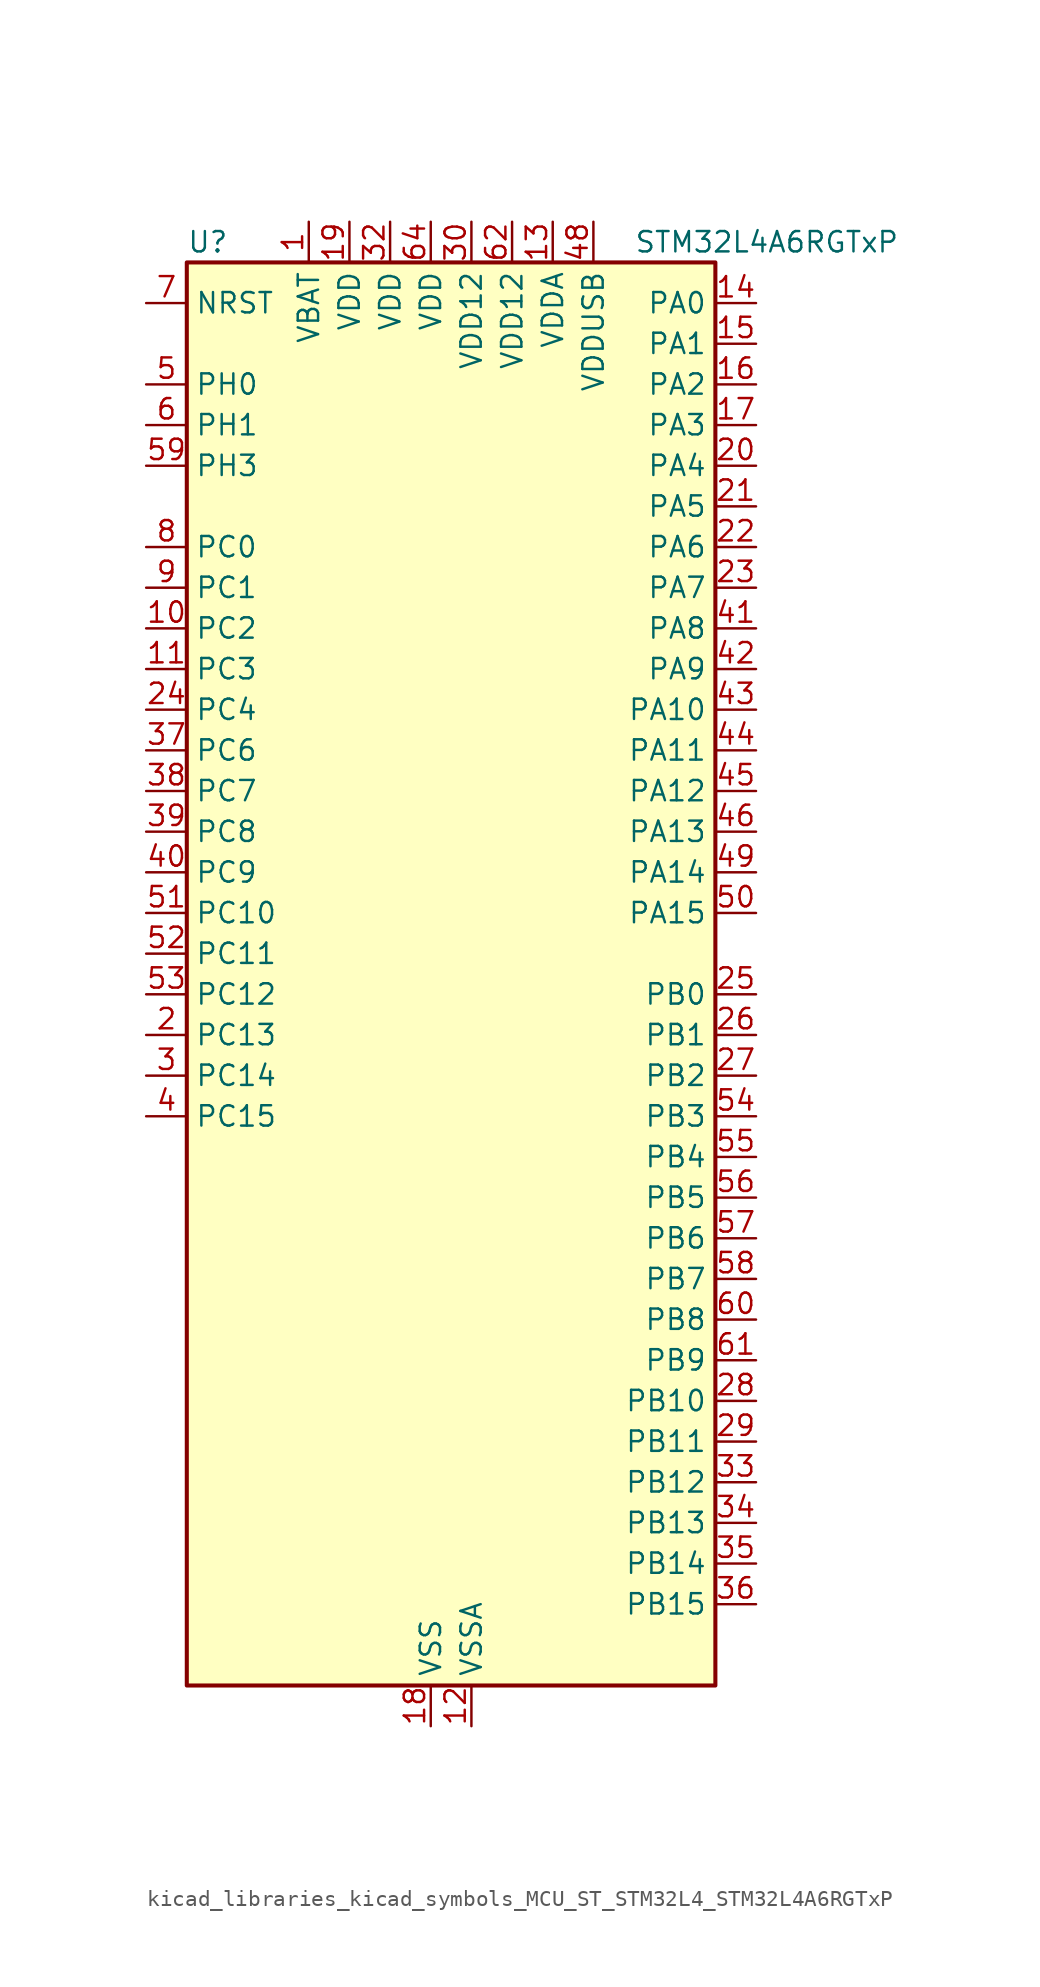
<source format=kicad_sym>
(kicad_symbol_lib
  (version 20220914)
  (generator kicad_symbol_editor)
  (symbol "kicad_libraries_kicad_symbols_MCU_ST_STM32L4_STM32L4A6RGTxP"
    (property "Reference" "U"
      (at -15.24 46.99 0)
      (effects (font (size 1.27 1.27)) (justify left)))
    (property "Value" "STM32L4A6RGTxP"
      (at 12.7 46.99 0)
      (effects (font (size 1.27 1.27)) (justify left)))
    (property "ki_locked" ""
      (at 0 0 0)
      (effects (font (size 1.27 1.27))))
    (symbol "kicad_libraries_kicad_symbols_MCU_ST_STM32L4_STM32L4A6RGTxP_0_1"
      (rectangle (start -15.24 -43.18) (end 17.78 45.72) (stroke (width 0.254) (type default)) (fill (type background))))
    (symbol "kicad_libraries_kicad_symbols_MCU_ST_STM32L4_STM32L4A6RGTxP_1_1"
      (pin power_in line (at -7.62 48.26 270) (length 2.54) (name "VBAT" (effects (font (size 1.27 1.27)))) (number "1" (effects (font (size 1.27 1.27)))))
      (pin bidirectional line (at -17.78 22.86 0) (length 2.54) (name "PC2" (effects (font (size 1.27 1.27)))) (number "10" (effects (font (size 1.27 1.27)))) (alternate "ADC1_IN3" bidirectional line) (alternate "ADC2_IN3" bidirectional line) (alternate "ADC3_IN3" bidirectional line) (alternate "DFSDM1_CKOUT" bidirectional line) (alternate "LCD_SEG20" bidirectional line) (alternate "LPTIM1_IN2" bidirectional line) (alternate "QUADSPI_BK2_IO1" bidirectional line) (alternate "SPI2_MISO" bidirectional line))
      (pin bidirectional line (at -17.78 20.32 0) (length 2.54) (name "PC3" (effects (font (size 1.27 1.27)))) (number "11" (effects (font (size 1.27 1.27)))) (alternate "ADC1_IN4" bidirectional line) (alternate "ADC2_IN4" bidirectional line) (alternate "ADC3_IN4" bidirectional line) (alternate "LCD_VLCD" bidirectional line) (alternate "LPTIM1_ETR" bidirectional line) (alternate "LPTIM2_ETR" bidirectional line) (alternate "QUADSPI_BK2_IO2" bidirectional line) (alternate "SAI1_SD_A" bidirectional line) (alternate "SPI2_MOSI" bidirectional line))
      (pin power_in line (at 2.54 -45.72 90) (length 2.54) (name "VSSA" (effects (font (size 1.27 1.27)))) (number "12" (effects (font (size 1.27 1.27)))))
      (pin power_in line (at 7.62 48.26 270) (length 2.54) (name "VDDA" (effects (font (size 1.27 1.27)))) (number "13" (effects (font (size 1.27 1.27)))))
      (pin bidirectional line (at 20.32 43.18 180) (length 2.54) (name "PA0" (effects (font (size 1.27 1.27)))) (number "14" (effects (font (size 1.27 1.27)))) (alternate "ADC1_IN5" bidirectional line) (alternate "ADC2_IN5" bidirectional line) (alternate "OPAMP1_VINP" bidirectional line) (alternate "RTC_TAMP2" bidirectional line) (alternate "SAI1_EXTCLK" bidirectional line) (alternate "SYS_WKUP1" bidirectional line) (alternate "TIM2_CH1" bidirectional line) (alternate "TIM2_ETR" bidirectional line) (alternate "TIM5_CH1" bidirectional line) (alternate "TIM8_ETR" bidirectional line) (alternate "UART4_TX" bidirectional line) (alternate "USART2_CTS" bidirectional line))
      (pin bidirectional line (at 20.32 40.64 180) (length 2.54) (name "PA1" (effects (font (size 1.27 1.27)))) (number "15" (effects (font (size 1.27 1.27)))) (alternate "ADC1_IN6" bidirectional line) (alternate "ADC2_IN6" bidirectional line) (alternate "I2C1_SMBA" bidirectional line) (alternate "LCD_SEG0" bidirectional line) (alternate "OPAMP1_VINM" bidirectional line) (alternate "SPI1_SCK" bidirectional line) (alternate "TIM15_CH1N" bidirectional line) (alternate "TIM2_CH2" bidirectional line) (alternate "TIM5_CH2" bidirectional line) (alternate "UART4_RX" bidirectional line) (alternate "USART2_DE" bidirectional line) (alternate "USART2_RTS" bidirectional line))
      (pin bidirectional line (at 20.32 38.1 180) (length 2.54) (name "PA2" (effects (font (size 1.27 1.27)))) (number "16" (effects (font (size 1.27 1.27)))) (alternate "ADC1_IN7" bidirectional line) (alternate "ADC2_IN7" bidirectional line) (alternate "LCD_SEG1" bidirectional line) (alternate "LPUART1_TX" bidirectional line) (alternate "QUADSPI_BK1_NCS" bidirectional line) (alternate "RCC_LSCO" bidirectional line) (alternate "SAI2_EXTCLK" bidirectional line) (alternate "SYS_WKUP4" bidirectional line) (alternate "TIM15_CH1" bidirectional line) (alternate "TIM2_CH3" bidirectional line) (alternate "TIM5_CH3" bidirectional line) (alternate "USART2_TX" bidirectional line))
      (pin bidirectional line (at 20.32 35.56 180) (length 2.54) (name "PA3" (effects (font (size 1.27 1.27)))) (number "17" (effects (font (size 1.27 1.27)))) (alternate "ADC1_IN8" bidirectional line) (alternate "ADC2_IN8" bidirectional line) (alternate "LCD_SEG2" bidirectional line) (alternate "LPUART1_RX" bidirectional line) (alternate "OPAMP1_VOUT" bidirectional line) (alternate "QUADSPI_CLK" bidirectional line) (alternate "SAI1_MCLK_A" bidirectional line) (alternate "TIM15_CH2" bidirectional line) (alternate "TIM2_CH4" bidirectional line) (alternate "TIM5_CH4" bidirectional line) (alternate "USART2_RX" bidirectional line))
      (pin power_in line (at 0 -45.72 90) (length 2.54) (name "VSS" (effects (font (size 1.27 1.27)))) (number "18" (effects (font (size 1.27 1.27)))))
      (pin power_in line (at -5.08 48.26 270) (length 2.54) (name "VDD" (effects (font (size 1.27 1.27)))) (number "19" (effects (font (size 1.27 1.27)))))
      (pin bidirectional line (at -17.78 -2.54 0) (length 2.54) (name "PC13" (effects (font (size 1.27 1.27)))) (number "2" (effects (font (size 1.27 1.27)))) (alternate "RTC_OUT_ALARM" bidirectional line) (alternate "RTC_OUT_CALIB" bidirectional line) (alternate "RTC_TAMP1" bidirectional line) (alternate "RTC_TS" bidirectional line) (alternate "SYS_WKUP2" bidirectional line))
      (pin bidirectional line (at 20.32 33.02 180) (length 2.54) (name "PA4" (effects (font (size 1.27 1.27)))) (number "20" (effects (font (size 1.27 1.27)))) (alternate "ADC1_IN9" bidirectional line) (alternate "ADC2_IN9" bidirectional line) (alternate "DAC1_OUT1" bidirectional line) (alternate "DCMI_HSYNC" bidirectional line) (alternate "LPTIM2_OUT" bidirectional line) (alternate "SAI1_FS_B" bidirectional line) (alternate "SPI1_NSS" bidirectional line) (alternate "SPI3_NSS" bidirectional line) (alternate "USART2_CK" bidirectional line))
      (pin bidirectional line (at 20.32 30.48 180) (length 2.54) (name "PA5" (effects (font (size 1.27 1.27)))) (number "21" (effects (font (size 1.27 1.27)))) (alternate "ADC1_IN10" bidirectional line) (alternate "ADC2_IN10" bidirectional line) (alternate "DAC1_OUT2" bidirectional line) (alternate "LPTIM2_ETR" bidirectional line) (alternate "SPI1_SCK" bidirectional line) (alternate "TIM2_CH1" bidirectional line) (alternate "TIM2_ETR" bidirectional line) (alternate "TIM8_CH1N" bidirectional line))
      (pin bidirectional line (at 20.32 27.94 180) (length 2.54) (name "PA6" (effects (font (size 1.27 1.27)))) (number "22" (effects (font (size 1.27 1.27)))) (alternate "ADC1_IN11" bidirectional line) (alternate "ADC2_IN11" bidirectional line) (alternate "DCMI_PIXCLK" bidirectional line) (alternate "LCD_SEG3" bidirectional line) (alternate "LPUART1_CTS" bidirectional line) (alternate "OPAMP2_VINP" bidirectional line) (alternate "QUADSPI_BK1_IO3" bidirectional line) (alternate "SPI1_MISO" bidirectional line) (alternate "TIM16_CH1" bidirectional line) (alternate "TIM1_BKIN" bidirectional line) (alternate "TIM1_BKIN_COMP2" bidirectional line) (alternate "TIM3_CH1" bidirectional line) (alternate "TIM8_BKIN" bidirectional line) (alternate "TIM8_BKIN_COMP2" bidirectional line) (alternate "USART3_CTS" bidirectional line))
      (pin bidirectional line (at 20.32 25.4 180) (length 2.54) (name "PA7" (effects (font (size 1.27 1.27)))) (number "23" (effects (font (size 1.27 1.27)))) (alternate "ADC1_IN12" bidirectional line) (alternate "ADC2_IN12" bidirectional line) (alternate "I2C3_SCL" bidirectional line) (alternate "LCD_SEG4" bidirectional line) (alternate "OPAMP2_VINM" bidirectional line) (alternate "QUADSPI_BK1_IO2" bidirectional line) (alternate "SPI1_MOSI" bidirectional line) (alternate "TIM17_CH1" bidirectional line) (alternate "TIM1_CH1N" bidirectional line) (alternate "TIM3_CH2" bidirectional line) (alternate "TIM8_CH1N" bidirectional line))
      (pin bidirectional line (at -17.78 17.78 0) (length 2.54) (name "PC4" (effects (font (size 1.27 1.27)))) (number "24" (effects (font (size 1.27 1.27)))) (alternate "ADC1_IN13" bidirectional line) (alternate "ADC2_IN13" bidirectional line) (alternate "COMP1_INM" bidirectional line) (alternate "LCD_SEG22" bidirectional line) (alternate "QUADSPI_BK2_IO3" bidirectional line) (alternate "USART3_TX" bidirectional line))
      (pin bidirectional line (at 20.32 0 180) (length 2.54) (name "PB0" (effects (font (size 1.27 1.27)))) (number "25" (effects (font (size 1.27 1.27)))) (alternate "ADC1_IN15" bidirectional line) (alternate "ADC2_IN15" bidirectional line) (alternate "COMP1_OUT" bidirectional line) (alternate "LCD_SEG5" bidirectional line) (alternate "OPAMP2_VOUT" bidirectional line) (alternate "QUADSPI_BK1_IO1" bidirectional line) (alternate "SAI1_EXTCLK" bidirectional line) (alternate "SPI1_NSS" bidirectional line) (alternate "TIM1_CH2N" bidirectional line) (alternate "TIM3_CH3" bidirectional line) (alternate "TIM8_CH2N" bidirectional line) (alternate "USART3_CK" bidirectional line))
      (pin bidirectional line (at 20.32 -2.54 180) (length 2.54) (name "PB1" (effects (font (size 1.27 1.27)))) (number "26" (effects (font (size 1.27 1.27)))) (alternate "ADC1_IN16" bidirectional line) (alternate "ADC2_IN16" bidirectional line) (alternate "COMP1_INM" bidirectional line) (alternate "DFSDM1_DATIN0" bidirectional line) (alternate "LCD_SEG6" bidirectional line) (alternate "LPTIM2_IN1" bidirectional line) (alternate "LPUART1_DE" bidirectional line) (alternate "LPUART1_RTS" bidirectional line) (alternate "QUADSPI_BK1_IO0" bidirectional line) (alternate "TIM1_CH3N" bidirectional line) (alternate "TIM3_CH4" bidirectional line) (alternate "TIM8_CH3N" bidirectional line) (alternate "USART3_DE" bidirectional line) (alternate "USART3_RTS" bidirectional line))
      (pin bidirectional line (at 20.32 -5.08 180) (length 2.54) (name "PB2" (effects (font (size 1.27 1.27)))) (number "27" (effects (font (size 1.27 1.27)))) (alternate "COMP1_INP" bidirectional line) (alternate "DFSDM1_CKIN0" bidirectional line) (alternate "I2C3_SMBA" bidirectional line) (alternate "LCD_VLCD" bidirectional line) (alternate "LPTIM1_OUT" bidirectional line) (alternate "RTC_OUT_ALARM" bidirectional line) (alternate "RTC_OUT_CALIB" bidirectional line))
      (pin bidirectional line (at 20.32 -25.4 180) (length 2.54) (name "PB10" (effects (font (size 1.27 1.27)))) (number "28" (effects (font (size 1.27 1.27)))) (alternate "COMP1_OUT" bidirectional line) (alternate "DFSDM1_DATIN7" bidirectional line) (alternate "I2C2_SCL" bidirectional line) (alternate "I2C4_SCL" bidirectional line) (alternate "LCD_SEG10" bidirectional line) (alternate "LPUART1_RX" bidirectional line) (alternate "QUADSPI_CLK" bidirectional line) (alternate "SAI1_SCK_A" bidirectional line) (alternate "SPI2_SCK" bidirectional line) (alternate "TIM2_CH3" bidirectional line) (alternate "TSC_SYNC" bidirectional line) (alternate "USART3_TX" bidirectional line))
      (pin bidirectional line (at 20.32 -27.94 180) (length 2.54) (name "PB11" (effects (font (size 1.27 1.27)))) (number "29" (effects (font (size 1.27 1.27)))) (alternate "ADC1_EXTI11" bidirectional line) (alternate "ADC2_EXTI11" bidirectional line) (alternate "ADC3_EXTI11" bidirectional line) (alternate "COMP2_OUT" bidirectional line) (alternate "DFSDM1_CKIN7" bidirectional line) (alternate "I2C2_SDA" bidirectional line) (alternate "I2C4_SDA" bidirectional line) (alternate "LCD_SEG11" bidirectional line) (alternate "LPUART1_TX" bidirectional line) (alternate "QUADSPI_BK1_NCS" bidirectional line) (alternate "TIM2_CH4" bidirectional line) (alternate "USART3_RX" bidirectional line))
      (pin bidirectional line (at -17.78 -5.08 0) (length 2.54) (name "PC14" (effects (font (size 1.27 1.27)))) (number "3" (effects (font (size 1.27 1.27)))) (alternate "RCC_OSC32_IN" bidirectional line))
      (pin power_in line (at 2.54 48.26 270) (length 2.54) (name "VDD12" (effects (font (size 1.27 1.27)))) (number "30" (effects (font (size 1.27 1.27)))))
      (pin passive line (at 0 -45.72 90) (length 2.54) hide (name "VSS" (effects (font (size 1.27 1.27)))) (number "31" (effects (font (size 1.27 1.27)))))
      (pin power_in line (at -2.54 48.26 270) (length 2.54) (name "VDD" (effects (font (size 1.27 1.27)))) (number "32" (effects (font (size 1.27 1.27)))))
      (pin bidirectional line (at 20.32 -30.48 180) (length 2.54) (name "PB12" (effects (font (size 1.27 1.27)))) (number "33" (effects (font (size 1.27 1.27)))) (alternate "CAN2_RX" bidirectional line) (alternate "DFSDM1_DATIN1" bidirectional line) (alternate "I2C2_SMBA" bidirectional line) (alternate "LCD_SEG12" bidirectional line) (alternate "LPUART1_DE" bidirectional line) (alternate "LPUART1_RTS" bidirectional line) (alternate "SAI2_FS_A" bidirectional line) (alternate "SPI2_NSS" bidirectional line) (alternate "SWPMI1_IO" bidirectional line) (alternate "TIM15_BKIN" bidirectional line) (alternate "TIM1_BKIN" bidirectional line) (alternate "TIM1_BKIN_COMP2" bidirectional line) (alternate "TSC_G1_IO1" bidirectional line) (alternate "USART3_CK" bidirectional line))
      (pin bidirectional line (at 20.32 -33.02 180) (length 2.54) (name "PB13" (effects (font (size 1.27 1.27)))) (number "34" (effects (font (size 1.27 1.27)))) (alternate "CAN2_TX" bidirectional line) (alternate "DFSDM1_CKIN1" bidirectional line) (alternate "I2C2_SCL" bidirectional line) (alternate "LCD_SEG13" bidirectional line) (alternate "LPUART1_CTS" bidirectional line) (alternate "SAI2_SCK_A" bidirectional line) (alternate "SPI2_SCK" bidirectional line) (alternate "SWPMI1_TX" bidirectional line) (alternate "TIM15_CH1N" bidirectional line) (alternate "TIM1_CH1N" bidirectional line) (alternate "TSC_G1_IO2" bidirectional line) (alternate "USART3_CTS" bidirectional line))
      (pin bidirectional line (at 20.32 -35.56 180) (length 2.54) (name "PB14" (effects (font (size 1.27 1.27)))) (number "35" (effects (font (size 1.27 1.27)))) (alternate "DFSDM1_DATIN2" bidirectional line) (alternate "I2C2_SDA" bidirectional line) (alternate "LCD_SEG14" bidirectional line) (alternate "SAI2_MCLK_A" bidirectional line) (alternate "SPI2_MISO" bidirectional line) (alternate "SWPMI1_RX" bidirectional line) (alternate "TIM15_CH1" bidirectional line) (alternate "TIM1_CH2N" bidirectional line) (alternate "TIM8_CH2N" bidirectional line) (alternate "TSC_G1_IO3" bidirectional line) (alternate "USART3_DE" bidirectional line) (alternate "USART3_RTS" bidirectional line))
      (pin bidirectional line (at 20.32 -38.1 180) (length 2.54) (name "PB15" (effects (font (size 1.27 1.27)))) (number "36" (effects (font (size 1.27 1.27)))) (alternate "ADC1_EXTI15" bidirectional line) (alternate "ADC2_EXTI15" bidirectional line) (alternate "ADC3_EXTI15" bidirectional line) (alternate "DFSDM1_CKIN2" bidirectional line) (alternate "LCD_SEG15" bidirectional line) (alternate "RTC_REFIN" bidirectional line) (alternate "SAI2_SD_A" bidirectional line) (alternate "SPI2_MOSI" bidirectional line) (alternate "SWPMI1_SUSPEND" bidirectional line) (alternate "TIM15_CH2" bidirectional line) (alternate "TIM1_CH3N" bidirectional line) (alternate "TIM8_CH3N" bidirectional line) (alternate "TSC_G1_IO4" bidirectional line))
      (pin bidirectional line (at -17.78 15.24 0) (length 2.54) (name "PC6" (effects (font (size 1.27 1.27)))) (number "37" (effects (font (size 1.27 1.27)))) (alternate "DCMI_D0" bidirectional line) (alternate "DFSDM1_CKIN3" bidirectional line) (alternate "LCD_SEG24" bidirectional line) (alternate "SAI2_MCLK_A" bidirectional line) (alternate "SDMMC1_D6" bidirectional line) (alternate "TIM3_CH1" bidirectional line) (alternate "TIM8_CH1" bidirectional line) (alternate "TSC_G4_IO1" bidirectional line))
      (pin bidirectional line (at -17.78 12.7 0) (length 2.54) (name "PC7" (effects (font (size 1.27 1.27)))) (number "38" (effects (font (size 1.27 1.27)))) (alternate "DCMI_D1" bidirectional line) (alternate "DFSDM1_DATIN3" bidirectional line) (alternate "LCD_SEG25" bidirectional line) (alternate "SAI2_MCLK_B" bidirectional line) (alternate "SDMMC1_D7" bidirectional line) (alternate "TIM3_CH2" bidirectional line) (alternate "TIM8_CH2" bidirectional line) (alternate "TSC_G4_IO2" bidirectional line))
      (pin bidirectional line (at -17.78 10.16 0) (length 2.54) (name "PC8" (effects (font (size 1.27 1.27)))) (number "39" (effects (font (size 1.27 1.27)))) (alternate "DCMI_D2" bidirectional line) (alternate "LCD_SEG26" bidirectional line) (alternate "SDMMC1_D0" bidirectional line) (alternate "TIM3_CH3" bidirectional line) (alternate "TIM8_CH3" bidirectional line) (alternate "TSC_G4_IO3" bidirectional line))
      (pin bidirectional line (at -17.78 -7.62 0) (length 2.54) (name "PC15" (effects (font (size 1.27 1.27)))) (number "4" (effects (font (size 1.27 1.27)))) (alternate "ADC1_EXTI15" bidirectional line) (alternate "ADC2_EXTI15" bidirectional line) (alternate "ADC3_EXTI15" bidirectional line) (alternate "RCC_OSC32_OUT" bidirectional line))
      (pin bidirectional line (at -17.78 7.62 0) (length 2.54) (name "PC9" (effects (font (size 1.27 1.27)))) (number "40" (effects (font (size 1.27 1.27)))) (alternate "DAC1_EXTI9" bidirectional line) (alternate "DCMI_D3" bidirectional line) (alternate "I2C3_SDA" bidirectional line) (alternate "LCD_SEG27" bidirectional line) (alternate "SAI2_EXTCLK" bidirectional line) (alternate "SDMMC1_D1" bidirectional line) (alternate "TIM3_CH4" bidirectional line) (alternate "TIM8_BKIN2" bidirectional line) (alternate "TIM8_BKIN2_COMP1" bidirectional line) (alternate "TIM8_CH4" bidirectional line) (alternate "TSC_G4_IO4" bidirectional line) (alternate "USB_OTG_FS_NOE" bidirectional line))
      (pin bidirectional line (at 20.32 22.86 180) (length 2.54) (name "PA8" (effects (font (size 1.27 1.27)))) (number "41" (effects (font (size 1.27 1.27)))) (alternate "LCD_COM0" bidirectional line) (alternate "LPTIM2_OUT" bidirectional line) (alternate "RCC_MCO" bidirectional line) (alternate "SAI1_SCK_A" bidirectional line) (alternate "SWPMI1_IO" bidirectional line) (alternate "TIM1_CH1" bidirectional line) (alternate "USART1_CK" bidirectional line) (alternate "USB_OTG_FS_SOF" bidirectional line))
      (pin bidirectional line (at 20.32 20.32 180) (length 2.54) (name "PA9" (effects (font (size 1.27 1.27)))) (number "42" (effects (font (size 1.27 1.27)))) (alternate "DAC1_EXTI9" bidirectional line) (alternate "DCMI_D0" bidirectional line) (alternate "LCD_COM1" bidirectional line) (alternate "SAI1_FS_A" bidirectional line) (alternate "SPI2_SCK" bidirectional line) (alternate "TIM15_BKIN" bidirectional line) (alternate "TIM1_CH2" bidirectional line) (alternate "USART1_TX" bidirectional line) (alternate "USB_OTG_FS_VBUS" bidirectional line))
      (pin bidirectional line (at 20.32 17.78 180) (length 2.54) (name "PA10" (effects (font (size 1.27 1.27)))) (number "43" (effects (font (size 1.27 1.27)))) (alternate "DCMI_D1" bidirectional line) (alternate "LCD_COM2" bidirectional line) (alternate "SAI1_SD_A" bidirectional line) (alternate "TIM17_BKIN" bidirectional line) (alternate "TIM1_CH3" bidirectional line) (alternate "USART1_RX" bidirectional line) (alternate "USB_OTG_FS_ID" bidirectional line))
      (pin bidirectional line (at 20.32 15.24 180) (length 2.54) (name "PA11" (effects (font (size 1.27 1.27)))) (number "44" (effects (font (size 1.27 1.27)))) (alternate "ADC1_EXTI11" bidirectional line) (alternate "ADC2_EXTI11" bidirectional line) (alternate "ADC3_EXTI11" bidirectional line) (alternate "CAN1_RX" bidirectional line) (alternate "SPI1_MISO" bidirectional line) (alternate "TIM1_BKIN2" bidirectional line) (alternate "TIM1_BKIN2_COMP1" bidirectional line) (alternate "TIM1_CH4" bidirectional line) (alternate "USART1_CTS" bidirectional line) (alternate "USB_OTG_FS_DM" bidirectional line))
      (pin bidirectional line (at 20.32 12.7 180) (length 2.54) (name "PA12" (effects (font (size 1.27 1.27)))) (number "45" (effects (font (size 1.27 1.27)))) (alternate "CAN1_TX" bidirectional line) (alternate "SPI1_MOSI" bidirectional line) (alternate "TIM1_ETR" bidirectional line) (alternate "USART1_DE" bidirectional line) (alternate "USART1_RTS" bidirectional line) (alternate "USB_OTG_FS_DP" bidirectional line))
      (pin bidirectional line (at 20.32 10.16 180) (length 2.54) (name "PA13" (effects (font (size 1.27 1.27)))) (number "46" (effects (font (size 1.27 1.27)))) (alternate "IR_OUT" bidirectional line) (alternate "SAI1_SD_B" bidirectional line) (alternate "SWPMI1_TX" bidirectional line) (alternate "SYS_JTMS-SWDIO" bidirectional line) (alternate "USB_OTG_FS_NOE" bidirectional line))
      (pin passive line (at 0 -45.72 90) (length 2.54) hide (name "VSS" (effects (font (size 1.27 1.27)))) (number "47" (effects (font (size 1.27 1.27)))))
      (pin power_in line (at 10.16 48.26 270) (length 2.54) (name "VDDUSB" (effects (font (size 1.27 1.27)))) (number "48" (effects (font (size 1.27 1.27)))))
      (pin bidirectional line (at 20.32 7.62 180) (length 2.54) (name "PA14" (effects (font (size 1.27 1.27)))) (number "49" (effects (font (size 1.27 1.27)))) (alternate "I2C1_SMBA" bidirectional line) (alternate "I2C4_SMBA" bidirectional line) (alternate "LPTIM1_OUT" bidirectional line) (alternate "SAI1_FS_B" bidirectional line) (alternate "SWPMI1_RX" bidirectional line) (alternate "SYS_JTCK-SWCLK" bidirectional line) (alternate "USB_OTG_FS_SOF" bidirectional line))
      (pin bidirectional line (at -17.78 38.1 0) (length 2.54) (name "PH0" (effects (font (size 1.27 1.27)))) (number "5" (effects (font (size 1.27 1.27)))) (alternate "RCC_OSC_IN" bidirectional line))
      (pin bidirectional line (at 20.32 5.08 180) (length 2.54) (name "PA15" (effects (font (size 1.27 1.27)))) (number "50" (effects (font (size 1.27 1.27)))) (alternate "ADC1_EXTI15" bidirectional line) (alternate "ADC2_EXTI15" bidirectional line) (alternate "ADC3_EXTI15" bidirectional line) (alternate "LCD_SEG17" bidirectional line) (alternate "SAI2_FS_B" bidirectional line) (alternate "SPI1_NSS" bidirectional line) (alternate "SPI3_NSS" bidirectional line) (alternate "SWPMI1_SUSPEND" bidirectional line) (alternate "SYS_JTDI" bidirectional line) (alternate "TIM2_CH1" bidirectional line) (alternate "TIM2_ETR" bidirectional line) (alternate "TSC_G3_IO1" bidirectional line) (alternate "UART4_DE" bidirectional line) (alternate "UART4_RTS" bidirectional line) (alternate "USART2_RX" bidirectional line) (alternate "USART3_DE" bidirectional line) (alternate "USART3_RTS" bidirectional line))
      (pin bidirectional line (at -17.78 5.08 0) (length 2.54) (name "PC10" (effects (font (size 1.27 1.27)))) (number "51" (effects (font (size 1.27 1.27)))) (alternate "DCMI_D8" bidirectional line) (alternate "LCD_COM4" bidirectional line) (alternate "LCD_SEG28" bidirectional line) (alternate "LCD_SEG40" bidirectional line) (alternate "SAI2_SCK_B" bidirectional line) (alternate "SDMMC1_D2" bidirectional line) (alternate "SPI3_SCK" bidirectional line) (alternate "SYS_TRACED1" bidirectional line) (alternate "TSC_G3_IO2" bidirectional line) (alternate "UART4_TX" bidirectional line) (alternate "USART3_TX" bidirectional line))
      (pin bidirectional line (at -17.78 2.54 0) (length 2.54) (name "PC11" (effects (font (size 1.27 1.27)))) (number "52" (effects (font (size 1.27 1.27)))) (alternate "ADC1_EXTI11" bidirectional line) (alternate "ADC2_EXTI11" bidirectional line) (alternate "ADC3_EXTI11" bidirectional line) (alternate "DCMI_D4" bidirectional line) (alternate "LCD_COM5" bidirectional line) (alternate "LCD_SEG29" bidirectional line) (alternate "LCD_SEG41" bidirectional line) (alternate "QUADSPI_BK2_NCS" bidirectional line) (alternate "SAI2_MCLK_B" bidirectional line) (alternate "SDMMC1_D3" bidirectional line) (alternate "SPI3_MISO" bidirectional line) (alternate "TSC_G3_IO3" bidirectional line) (alternate "UART4_RX" bidirectional line) (alternate "USART3_RX" bidirectional line))
      (pin bidirectional line (at -17.78 0 0) (length 2.54) (name "PC12" (effects (font (size 1.27 1.27)))) (number "53" (effects (font (size 1.27 1.27)))) (alternate "DCMI_D9" bidirectional line) (alternate "LCD_COM6" bidirectional line) (alternate "LCD_SEG30" bidirectional line) (alternate "LCD_SEG42" bidirectional line) (alternate "SAI2_SD_B" bidirectional line) (alternate "SDMMC1_CK" bidirectional line) (alternate "SPI3_MOSI" bidirectional line) (alternate "SYS_TRACED3" bidirectional line) (alternate "TSC_G3_IO4" bidirectional line) (alternate "UART5_TX" bidirectional line) (alternate "USART3_CK" bidirectional line))
      (pin bidirectional line (at 20.32 -7.62 180) (length 2.54) (name "PB3" (effects (font (size 1.27 1.27)))) (number "54" (effects (font (size 1.27 1.27)))) (alternate "COMP2_INM" bidirectional line) (alternate "CRS_SYNC" bidirectional line) (alternate "LCD_SEG7" bidirectional line) (alternate "SAI1_SCK_B" bidirectional line) (alternate "SPI1_SCK" bidirectional line) (alternate "SPI3_SCK" bidirectional line) (alternate "SYS_JTDO-SWO" bidirectional line) (alternate "TIM2_CH2" bidirectional line) (alternate "USART1_DE" bidirectional line) (alternate "USART1_RTS" bidirectional line))
      (pin bidirectional line (at 20.32 -10.16 180) (length 2.54) (name "PB4" (effects (font (size 1.27 1.27)))) (number "55" (effects (font (size 1.27 1.27)))) (alternate "COMP2_INP" bidirectional line) (alternate "DCMI_D12" bidirectional line) (alternate "I2C3_SDA" bidirectional line) (alternate "LCD_SEG8" bidirectional line) (alternate "SAI1_MCLK_B" bidirectional line) (alternate "SPI1_MISO" bidirectional line) (alternate "SPI3_MISO" bidirectional line) (alternate "SYS_JTRST" bidirectional line) (alternate "TIM17_BKIN" bidirectional line) (alternate "TIM3_CH1" bidirectional line) (alternate "TSC_G2_IO1" bidirectional line) (alternate "UART5_DE" bidirectional line) (alternate "UART5_RTS" bidirectional line) (alternate "USART1_CTS" bidirectional line))
      (pin bidirectional line (at 20.32 -12.7 180) (length 2.54) (name "PB5" (effects (font (size 1.27 1.27)))) (number "56" (effects (font (size 1.27 1.27)))) (alternate "CAN2_RX" bidirectional line) (alternate "COMP2_OUT" bidirectional line) (alternate "DCMI_D10" bidirectional line) (alternate "I2C1_SMBA" bidirectional line) (alternate "LCD_SEG9" bidirectional line) (alternate "LPTIM1_IN1" bidirectional line) (alternate "SAI1_SD_B" bidirectional line) (alternate "SPI1_MOSI" bidirectional line) (alternate "SPI3_MOSI" bidirectional line) (alternate "TIM16_BKIN" bidirectional line) (alternate "TIM3_CH2" bidirectional line) (alternate "TSC_G2_IO2" bidirectional line) (alternate "UART5_CTS" bidirectional line) (alternate "USART1_CK" bidirectional line))
      (pin bidirectional line (at 20.32 -15.24 180) (length 2.54) (name "PB6" (effects (font (size 1.27 1.27)))) (number "57" (effects (font (size 1.27 1.27)))) (alternate "CAN2_TX" bidirectional line) (alternate "COMP2_INP" bidirectional line) (alternate "DCMI_D5" bidirectional line) (alternate "DFSDM1_DATIN5" bidirectional line) (alternate "I2C1_SCL" bidirectional line) (alternate "I2C4_SCL" bidirectional line) (alternate "LPTIM1_ETR" bidirectional line) (alternate "SAI1_FS_B" bidirectional line) (alternate "TIM16_CH1N" bidirectional line) (alternate "TIM4_CH1" bidirectional line) (alternate "TIM8_BKIN2" bidirectional line) (alternate "TIM8_BKIN2_COMP2" bidirectional line) (alternate "TSC_G2_IO3" bidirectional line) (alternate "USART1_TX" bidirectional line))
      (pin bidirectional line (at 20.32 -17.78 180) (length 2.54) (name "PB7" (effects (font (size 1.27 1.27)))) (number "58" (effects (font (size 1.27 1.27)))) (alternate "COMP2_INM" bidirectional line) (alternate "DCMI_VSYNC" bidirectional line) (alternate "DFSDM1_CKIN5" bidirectional line) (alternate "I2C1_SDA" bidirectional line) (alternate "I2C4_SDA" bidirectional line) (alternate "LCD_SEG21" bidirectional line) (alternate "LPTIM1_IN2" bidirectional line) (alternate "SYS_PVD_IN" bidirectional line) (alternate "TIM17_CH1N" bidirectional line) (alternate "TIM4_CH2" bidirectional line) (alternate "TIM8_BKIN" bidirectional line) (alternate "TIM8_BKIN_COMP1" bidirectional line) (alternate "TSC_G2_IO4" bidirectional line) (alternate "UART4_CTS" bidirectional line) (alternate "USART1_RX" bidirectional line))
      (pin bidirectional line (at -17.78 33.02 0) (length 2.54) (name "PH3" (effects (font (size 1.27 1.27)))) (number "59" (effects (font (size 1.27 1.27)))))
      (pin bidirectional line (at -17.78 35.56 0) (length 2.54) (name "PH1" (effects (font (size 1.27 1.27)))) (number "6" (effects (font (size 1.27 1.27)))) (alternate "RCC_OSC_OUT" bidirectional line))
      (pin bidirectional line (at 20.32 -20.32 180) (length 2.54) (name "PB8" (effects (font (size 1.27 1.27)))) (number "60" (effects (font (size 1.27 1.27)))) (alternate "CAN1_RX" bidirectional line) (alternate "DCMI_D6" bidirectional line) (alternate "DFSDM1_DATIN6" bidirectional line) (alternate "I2C1_SCL" bidirectional line) (alternate "LCD_SEG16" bidirectional line) (alternate "SAI1_MCLK_A" bidirectional line) (alternate "SDMMC1_D4" bidirectional line) (alternate "TIM16_CH1" bidirectional line) (alternate "TIM4_CH3" bidirectional line))
      (pin bidirectional line (at 20.32 -22.86 180) (length 2.54) (name "PB9" (effects (font (size 1.27 1.27)))) (number "61" (effects (font (size 1.27 1.27)))) (alternate "CAN1_TX" bidirectional line) (alternate "DAC1_EXTI9" bidirectional line) (alternate "DCMI_D7" bidirectional line) (alternate "DFSDM1_CKIN6" bidirectional line) (alternate "I2C1_SDA" bidirectional line) (alternate "IR_OUT" bidirectional line) (alternate "LCD_COM3" bidirectional line) (alternate "SAI1_FS_A" bidirectional line) (alternate "SDMMC1_D5" bidirectional line) (alternate "SPI2_NSS" bidirectional line) (alternate "TIM17_CH1" bidirectional line) (alternate "TIM4_CH4" bidirectional line))
      (pin power_in line (at 5.08 48.26 270) (length 2.54) (name "VDD12" (effects (font (size 1.27 1.27)))) (number "62" (effects (font (size 1.27 1.27)))))
      (pin passive line (at 0 -45.72 90) (length 2.54) hide (name "VSS" (effects (font (size 1.27 1.27)))) (number "63" (effects (font (size 1.27 1.27)))))
      (pin power_in line (at 0 48.26 270) (length 2.54) (name "VDD" (effects (font (size 1.27 1.27)))) (number "64" (effects (font (size 1.27 1.27)))))
      (pin input line (at -17.78 43.18 0) (length 2.54) (name "NRST" (effects (font (size 1.27 1.27)))) (number "7" (effects (font (size 1.27 1.27)))))
      (pin bidirectional line (at -17.78 27.94 0) (length 2.54) (name "PC0" (effects (font (size 1.27 1.27)))) (number "8" (effects (font (size 1.27 1.27)))) (alternate "ADC1_IN1" bidirectional line) (alternate "ADC2_IN1" bidirectional line) (alternate "ADC3_IN1" bidirectional line) (alternate "DFSDM1_DATIN4" bidirectional line) (alternate "I2C3_SCL" bidirectional line) (alternate "I2C4_SCL" bidirectional line) (alternate "LCD_SEG18" bidirectional line) (alternate "LPTIM1_IN1" bidirectional line) (alternate "LPTIM2_IN1" bidirectional line) (alternate "LPUART1_RX" bidirectional line))
      (pin bidirectional line (at -17.78 25.4 0) (length 2.54) (name "PC1" (effects (font (size 1.27 1.27)))) (number "9" (effects (font (size 1.27 1.27)))) (alternate "ADC1_IN2" bidirectional line) (alternate "ADC2_IN2" bidirectional line) (alternate "ADC3_IN2" bidirectional line) (alternate "DFSDM1_CKIN4" bidirectional line) (alternate "I2C3_SDA" bidirectional line) (alternate "I2C4_SDA" bidirectional line) (alternate "LCD_SEG19" bidirectional line) (alternate "LPTIM1_OUT" bidirectional line) (alternate "LPUART1_TX" bidirectional line) (alternate "QUADSPI_BK2_IO0" bidirectional line) (alternate "SAI1_SD_A" bidirectional line) (alternate "SPI2_MOSI" bidirectional line) (alternate "SYS_TRACED0" bidirectional line)))))
</source>
